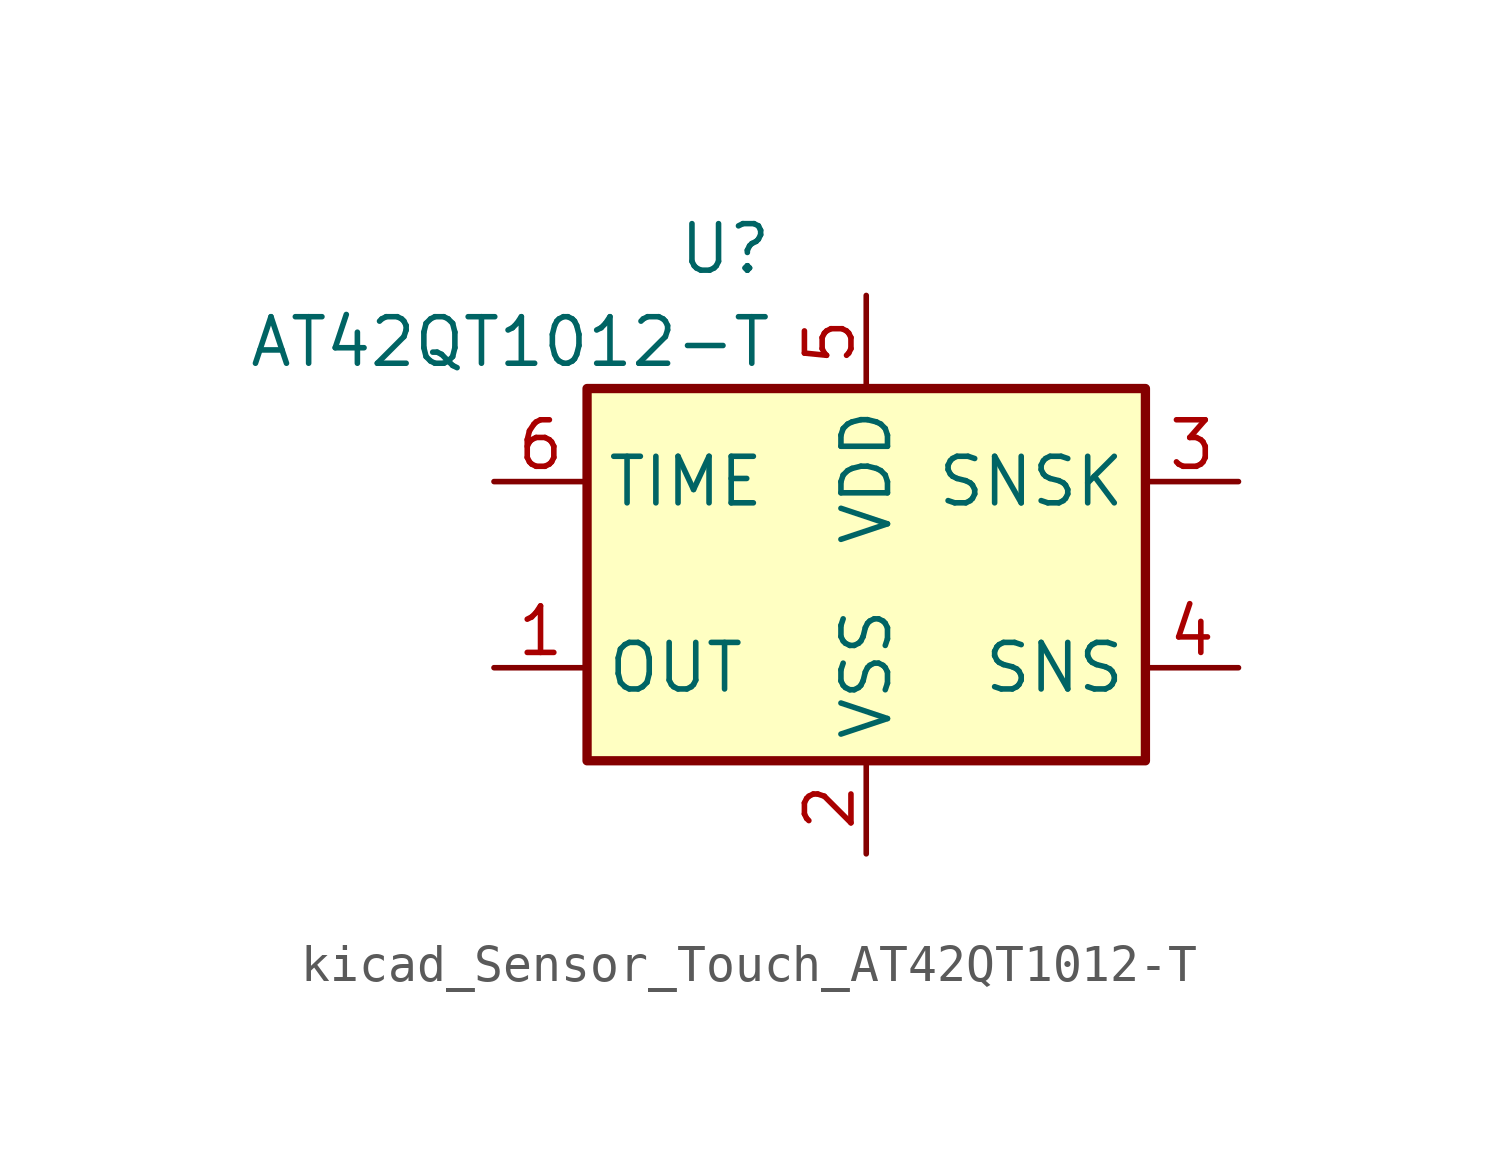
<source format=kicad_sym>
(kicad_symbol_lib
  (version 20220914)
  (generator kicad_symbol_editor)
  (symbol "kicad_Sensor_Touch_AT42QT1012-T"
    (property "Reference" "U"
      (at -2.54 8.89 0)
      (effects (font (size 1.27 1.27)) (justify right)))
    (property "Value" "AT42QT1012-T"
      (at -2.54 6.35 0)
      (effects (font (size 1.27 1.27)) (justify right)))
    (symbol "kicad_Sensor_Touch_AT42QT1012-T_0_1"
      (rectangle (start -7.62 5.08) (end 7.62 -5.08) (stroke (width 0.254) (type default)) (fill (type background))))
    (symbol "kicad_Sensor_Touch_AT42QT1012-T_1_1"
      (pin output line (at -10.16 -2.54 0) (length 2.54) (name "OUT" (effects (font (size 1.27 1.27)))) (number "1" (effects (font (size 1.27 1.27)))))
      (pin power_in line (at 0 -7.62 90) (length 2.54) (name "VSS" (effects (font (size 1.27 1.27)))) (number "2" (effects (font (size 1.27 1.27)))))
      (pin passive line (at 10.16 2.54 180) (length 2.54) (name "SNSK" (effects (font (size 1.27 1.27)))) (number "3" (effects (font (size 1.27 1.27)))))
      (pin passive line (at 10.16 -2.54 180) (length 2.54) (name "SNS" (effects (font (size 1.27 1.27)))) (number "4" (effects (font (size 1.27 1.27)))))
      (pin power_in line (at 0 7.62 270) (length 2.54) (name "VDD" (effects (font (size 1.27 1.27)))) (number "5" (effects (font (size 1.27 1.27)))))
      (pin input line (at -10.16 2.54 0) (length 2.54) (name "TIME" (effects (font (size 1.27 1.27)))) (number "6" (effects (font (size 1.27 1.27))))))))
</source>
